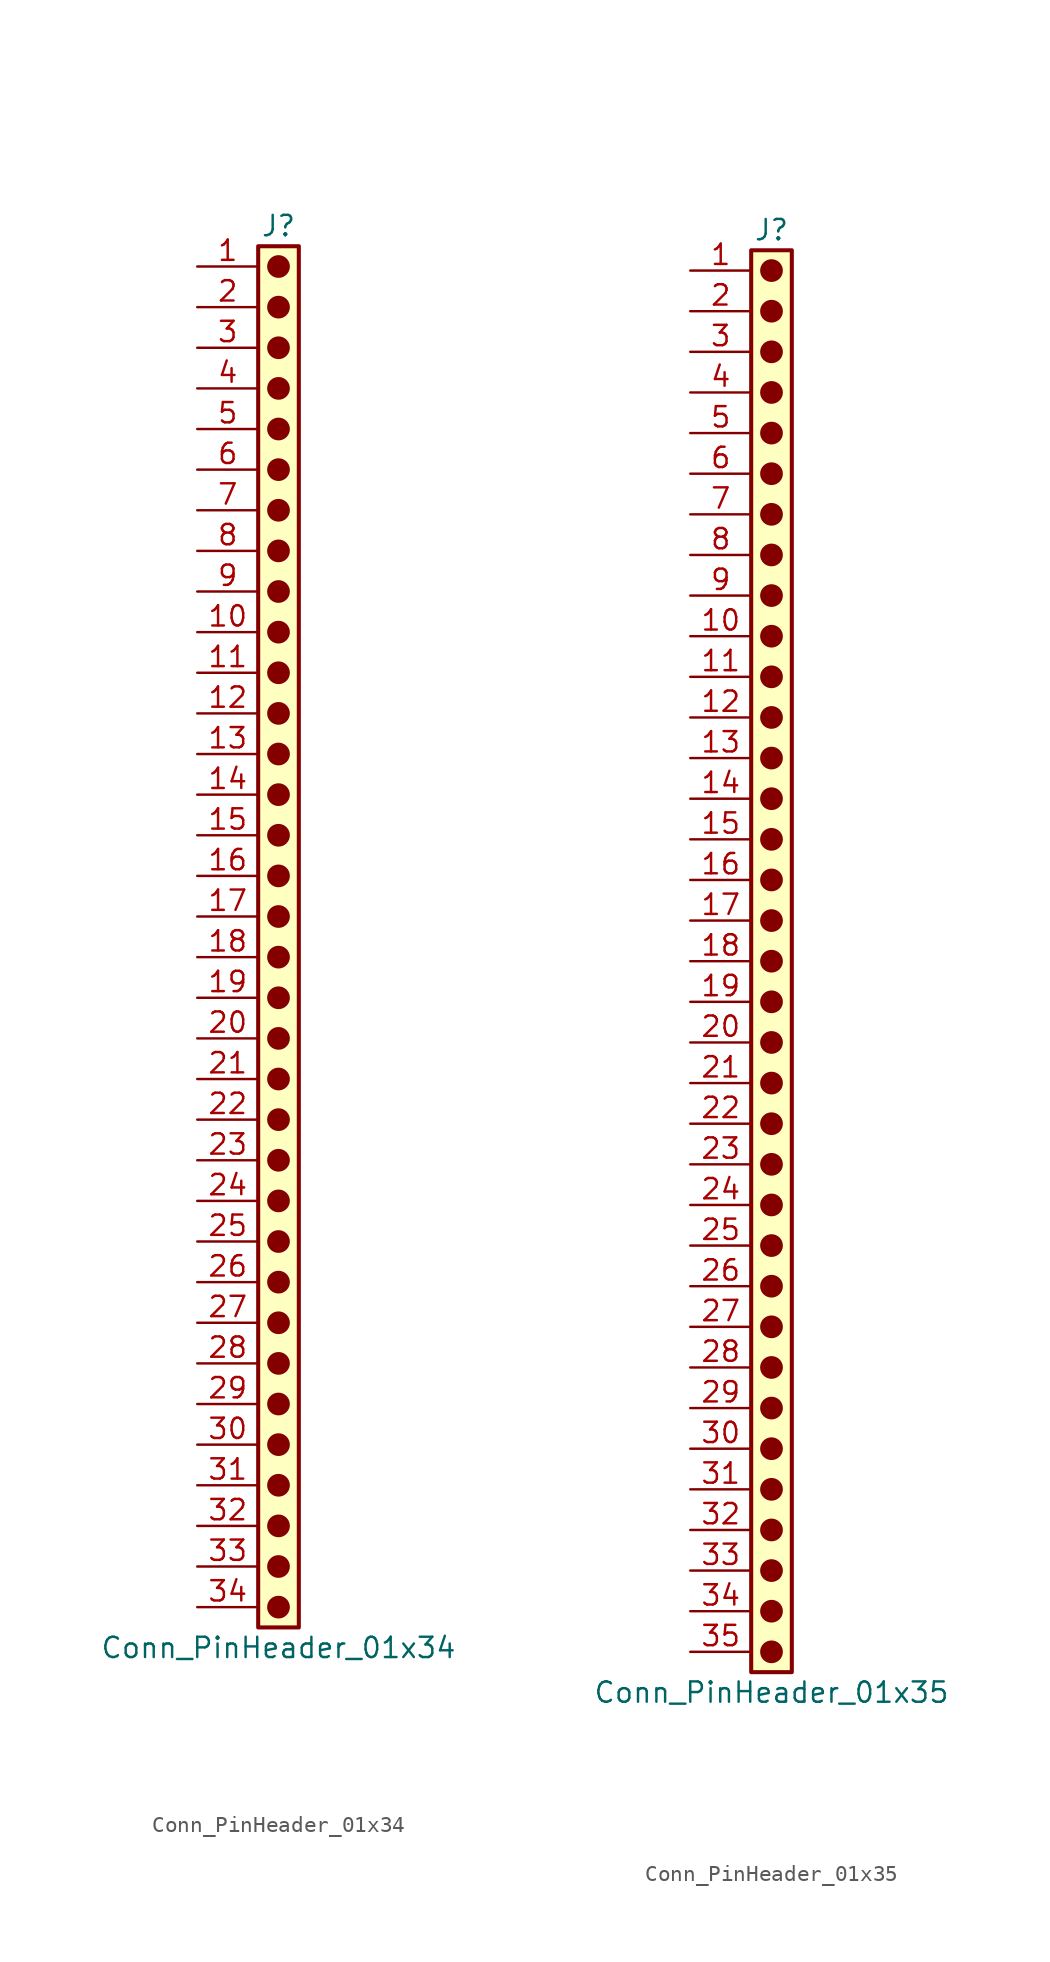
<source format=kicad_sym>
(kicad_symbol_lib
  (version 20241209)
  (generator "kicad_symbol_editor")
  (generator_version "9.0")
  (symbol "Conn_PinHeader_01x34"
    (pin_names
      (offset 1.016)
      (hide yes))
    (property "Reference" "J"
      (at 0 43.18 0)
      (effects (font (size 1.27 1.27))))
    (property "Value" "Conn_PinHeader_01x34"
      (at 0 -45.72 0)
      (effects (font (size 1.27 1.27))))
    (symbol "Conn_PinHeader_01x34_1_1"
      (rectangle (start -1.27 41.91) (end 1.27 -44.45) (stroke (width 0.254) (type default)) (fill (type background)))
      (circle (center 0 40.64) (radius 0.635) (stroke (width 0) (type solid) (color 132 0 0 1)) (fill (type outline)))
      (circle (center 0 38.1) (radius 0.635) (stroke (width 0) (type solid) (color 132 0 0 1)) (fill (type outline)))
      (circle (center 0 35.56) (radius 0.635) (stroke (width 0) (type solid) (color 132 0 0 1)) (fill (type outline)))
      (circle (center 0 33.02) (radius 0.635) (stroke (width 0) (type solid) (color 132 0 0 1)) (fill (type outline)))
      (circle (center 0 30.48) (radius 0.635) (stroke (width 0) (type solid) (color 132 0 0 1)) (fill (type outline)))
      (circle (center 0 27.94) (radius 0.635) (stroke (width 0) (type solid) (color 132 0 0 1)) (fill (type outline)))
      (circle (center 0 25.4) (radius 0.635) (stroke (width 0) (type solid) (color 132 0 0 1)) (fill (type outline)))
      (circle (center 0 22.86) (radius 0.635) (stroke (width 0) (type solid) (color 132 0 0 1)) (fill (type outline)))
      (circle (center 0 20.32) (radius 0.635) (stroke (width 0) (type solid) (color 132 0 0 1)) (fill (type outline)))
      (circle (center 0 17.78) (radius 0.635) (stroke (width 0) (type solid) (color 132 0 0 1)) (fill (type outline)))
      (circle (center 0 15.24) (radius 0.635) (stroke (width 0) (type solid) (color 132 0 0 1)) (fill (type outline)))
      (circle (center 0 12.7) (radius 0.635) (stroke (width 0) (type solid) (color 132 0 0 1)) (fill (type outline)))
      (circle (center 0 10.16) (radius 0.635) (stroke (width 0) (type solid) (color 132 0 0 1)) (fill (type outline)))
      (circle (center 0 7.62) (radius 0.635) (stroke (width 0) (type solid) (color 132 0 0 1)) (fill (type outline)))
      (circle (center 0 5.08) (radius 0.635) (stroke (width 0) (type solid) (color 132 0 0 1)) (fill (type outline)))
      (circle (center 0 2.54) (radius 0.635) (stroke (width 0) (type solid) (color 132 0 0 1)) (fill (type outline)))
      (circle (center 0 0) (radius 0.635) (stroke (width 0) (type solid) (color 132 0 0 1)) (fill (type outline)))
      (circle (center 0 -2.54) (radius 0.635) (stroke (width 0) (type solid) (color 132 0 0 1)) (fill (type outline)))
      (circle (center 0 -5.08) (radius 0.635) (stroke (width 0) (type solid) (color 132 0 0 1)) (fill (type outline)))
      (circle (center 0 -7.62) (radius 0.635) (stroke (width 0) (type solid) (color 132 0 0 1)) (fill (type outline)))
      (circle (center 0 -10.16) (radius 0.635) (stroke (width 0) (type solid) (color 132 0 0 1)) (fill (type outline)))
      (circle (center 0 -12.7) (radius 0.635) (stroke (width 0) (type solid) (color 132 0 0 1)) (fill (type outline)))
      (circle (center 0 -15.24) (radius 0.635) (stroke (width 0) (type solid) (color 132 0 0 1)) (fill (type outline)))
      (circle (center 0 -17.78) (radius 0.635) (stroke (width 0) (type solid) (color 132 0 0 1)) (fill (type outline)))
      (circle (center 0 -20.32) (radius 0.635) (stroke (width 0) (type solid) (color 132 0 0 1)) (fill (type outline)))
      (circle (center 0 -22.86) (radius 0.635) (stroke (width 0) (type solid) (color 132 0 0 1)) (fill (type outline)))
      (circle (center 0 -25.4) (radius 0.635) (stroke (width 0) (type solid) (color 132 0 0 1)) (fill (type outline)))
      (circle (center 0 -27.94) (radius 0.635) (stroke (width 0) (type solid) (color 132 0 0 1)) (fill (type outline)))
      (circle (center 0 -30.48) (radius 0.635) (stroke (width 0) (type solid) (color 132 0 0 1)) (fill (type outline)))
      (circle (center 0 -33.02) (radius 0.635) (stroke (width 0) (type solid) (color 132 0 0 1)) (fill (type outline)))
      (circle (center 0 -35.56) (radius 0.635) (stroke (width 0) (type solid) (color 132 0 0 1)) (fill (type outline)))
      (circle (center 0 -38.1) (radius 0.635) (stroke (width 0) (type solid) (color 132 0 0 1)) (fill (type outline)))
      (circle (center 0 -40.64) (radius 0.635) (stroke (width 0) (type solid) (color 132 0 0 1)) (fill (type outline)))
      (circle (center 0 -43.18) (radius 0.635) (stroke (width 0) (type solid) (color 132 0 0 1)) (fill (type outline)))
      (pin passive line (at -5.08 40.64 0) (length 3.81) (name "Pin_1" (effects (font (size 1.27 1.27)))) (number "1" (effects (font (size 1.27 1.27)))))
      (pin passive line (at -5.08 38.1 0) (length 3.81) (name "Pin_2" (effects (font (size 1.27 1.27)))) (number "2" (effects (font (size 1.27 1.27)))))
      (pin passive line (at -5.08 35.56 0) (length 3.81) (name "Pin_3" (effects (font (size 1.27 1.27)))) (number "3" (effects (font (size 1.27 1.27)))))
      (pin passive line (at -5.08 33.02 0) (length 3.81) (name "Pin_4" (effects (font (size 1.27 1.27)))) (number "4" (effects (font (size 1.27 1.27)))))
      (pin passive line (at -5.08 30.48 0) (length 3.81) (name "Pin_5" (effects (font (size 1.27 1.27)))) (number "5" (effects (font (size 1.27 1.27)))))
      (pin passive line (at -5.08 27.94 0) (length 3.81) (name "Pin_6" (effects (font (size 1.27 1.27)))) (number "6" (effects (font (size 1.27 1.27)))))
      (pin passive line (at -5.08 25.4 0) (length 3.81) (name "Pin_7" (effects (font (size 1.27 1.27)))) (number "7" (effects (font (size 1.27 1.27)))))
      (pin passive line (at -5.08 22.86 0) (length 3.81) (name "Pin_8" (effects (font (size 1.27 1.27)))) (number "8" (effects (font (size 1.27 1.27)))))
      (pin passive line (at -5.08 20.32 0) (length 3.81) (name "Pin_9" (effects (font (size 1.27 1.27)))) (number "9" (effects (font (size 1.27 1.27)))))
      (pin passive line (at -5.08 17.78 0) (length 3.81) (name "Pin_10" (effects (font (size 1.27 1.27)))) (number "10" (effects (font (size 1.27 1.27)))))
      (pin passive line (at -5.08 15.24 0) (length 3.81) (name "Pin_11" (effects (font (size 1.27 1.27)))) (number "11" (effects (font (size 1.27 1.27)))))
      (pin passive line (at -5.08 12.7 0) (length 3.81) (name "Pin_12" (effects (font (size 1.27 1.27)))) (number "12" (effects (font (size 1.27 1.27)))))
      (pin passive line (at -5.08 10.16 0) (length 3.81) (name "Pin_13" (effects (font (size 1.27 1.27)))) (number "13" (effects (font (size 1.27 1.27)))))
      (pin passive line (at -5.08 7.62 0) (length 3.81) (name "Pin_14" (effects (font (size 1.27 1.27)))) (number "14" (effects (font (size 1.27 1.27)))))
      (pin passive line (at -5.08 5.08 0) (length 3.81) (name "Pin_15" (effects (font (size 1.27 1.27)))) (number "15" (effects (font (size 1.27 1.27)))))
      (pin passive line (at -5.08 2.54 0) (length 3.81) (name "Pin_16" (effects (font (size 1.27 1.27)))) (number "16" (effects (font (size 1.27 1.27)))))
      (pin passive line (at -5.08 0 0) (length 3.81) (name "Pin_17" (effects (font (size 1.27 1.27)))) (number "17" (effects (font (size 1.27 1.27)))))
      (pin passive line (at -5.08 -2.54 0) (length 3.81) (name "Pin_18" (effects (font (size 1.27 1.27)))) (number "18" (effects (font (size 1.27 1.27)))))
      (pin passive line (at -5.08 -5.08 0) (length 3.81) (name "Pin_19" (effects (font (size 1.27 1.27)))) (number "19" (effects (font (size 1.27 1.27)))))
      (pin passive line (at -5.08 -7.62 0) (length 3.81) (name "Pin_20" (effects (font (size 1.27 1.27)))) (number "20" (effects (font (size 1.27 1.27)))))
      (pin passive line (at -5.08 -10.16 0) (length 3.81) (name "Pin_21" (effects (font (size 1.27 1.27)))) (number "21" (effects (font (size 1.27 1.27)))))
      (pin passive line (at -5.08 -12.7 0) (length 3.81) (name "Pin_22" (effects (font (size 1.27 1.27)))) (number "22" (effects (font (size 1.27 1.27)))))
      (pin passive line (at -5.08 -15.24 0) (length 3.81) (name "Pin_23" (effects (font (size 1.27 1.27)))) (number "23" (effects (font (size 1.27 1.27)))))
      (pin passive line (at -5.08 -17.78 0) (length 3.81) (name "Pin_24" (effects (font (size 1.27 1.27)))) (number "24" (effects (font (size 1.27 1.27)))))
      (pin passive line (at -5.08 -20.32 0) (length 3.81) (name "Pin_25" (effects (font (size 1.27 1.27)))) (number "25" (effects (font (size 1.27 1.27)))))
      (pin passive line (at -5.08 -22.86 0) (length 3.81) (name "Pin_26" (effects (font (size 1.27 1.27)))) (number "26" (effects (font (size 1.27 1.27)))))
      (pin passive line (at -5.08 -25.4 0) (length 3.81) (name "Pin_27" (effects (font (size 1.27 1.27)))) (number "27" (effects (font (size 1.27 1.27)))))
      (pin passive line (at -5.08 -27.94 0) (length 3.81) (name "Pin_28" (effects (font (size 1.27 1.27)))) (number "28" (effects (font (size 1.27 1.27)))))
      (pin passive line (at -5.08 -30.48 0) (length 3.81) (name "Pin_29" (effects (font (size 1.27 1.27)))) (number "29" (effects (font (size 1.27 1.27)))))
      (pin passive line (at -5.08 -33.02 0) (length 3.81) (name "Pin_30" (effects (font (size 1.27 1.27)))) (number "30" (effects (font (size 1.27 1.27)))))
      (pin passive line (at -5.08 -35.56 0) (length 3.81) (name "Pin_31" (effects (font (size 1.27 1.27)))) (number "31" (effects (font (size 1.27 1.27)))))
      (pin passive line (at -5.08 -38.1 0) (length 3.81) (name "Pin_32" (effects (font (size 1.27 1.27)))) (number "32" (effects (font (size 1.27 1.27)))))
      (pin passive line (at -5.08 -40.64 0) (length 3.81) (name "Pin_33" (effects (font (size 1.27 1.27)))) (number "33" (effects (font (size 1.27 1.27)))))
      (pin passive line (at -5.08 -43.18 0) (length 3.81) (name "Pin_34" (effects (font (size 1.27 1.27)))) (number "34" (effects (font (size 1.27 1.27)))))))
  (symbol "Conn_PinHeader_01x35"
    (pin_names
      (offset 1.016)
      (hide yes))
    (property "Reference" "J"
      (at 0 45.72 0)
      (effects (font (size 1.27 1.27))))
    (property "Value" "Conn_PinHeader_01x35"
      (at 0 -45.72 0)
      (effects (font (size 1.27 1.27))))
    (symbol "Conn_PinHeader_01x35_1_1"
      (rectangle (start -1.27 44.45) (end 1.27 -44.45) (stroke (width 0.254) (type default)) (fill (type background)))
      (circle (center 0 43.18) (radius 0.635) (stroke (width 0) (type solid) (color 132 0 0 1)) (fill (type outline)))
      (circle (center 0 40.64) (radius 0.635) (stroke (width 0) (type solid) (color 132 0 0 1)) (fill (type outline)))
      (circle (center 0 38.1) (radius 0.635) (stroke (width 0) (type solid) (color 132 0 0 1)) (fill (type outline)))
      (circle (center 0 35.56) (radius 0.635) (stroke (width 0) (type solid) (color 132 0 0 1)) (fill (type outline)))
      (circle (center 0 33.02) (radius 0.635) (stroke (width 0) (type solid) (color 132 0 0 1)) (fill (type outline)))
      (circle (center 0 30.48) (radius 0.635) (stroke (width 0) (type solid) (color 132 0 0 1)) (fill (type outline)))
      (circle (center 0 27.94) (radius 0.635) (stroke (width 0) (type solid) (color 132 0 0 1)) (fill (type outline)))
      (circle (center 0 25.4) (radius 0.635) (stroke (width 0) (type solid) (color 132 0 0 1)) (fill (type outline)))
      (circle (center 0 22.86) (radius 0.635) (stroke (width 0) (type solid) (color 132 0 0 1)) (fill (type outline)))
      (circle (center 0 20.32) (radius 0.635) (stroke (width 0) (type solid) (color 132 0 0 1)) (fill (type outline)))
      (circle (center 0 17.78) (radius 0.635) (stroke (width 0) (type solid) (color 132 0 0 1)) (fill (type outline)))
      (circle (center 0 15.24) (radius 0.635) (stroke (width 0) (type solid) (color 132 0 0 1)) (fill (type outline)))
      (circle (center 0 12.7) (radius 0.635) (stroke (width 0) (type solid) (color 132 0 0 1)) (fill (type outline)))
      (circle (center 0 10.16) (radius 0.635) (stroke (width 0) (type solid) (color 132 0 0 1)) (fill (type outline)))
      (circle (center 0 7.62) (radius 0.635) (stroke (width 0) (type solid) (color 132 0 0 1)) (fill (type outline)))
      (circle (center 0 5.08) (radius 0.635) (stroke (width 0) (type solid) (color 132 0 0 1)) (fill (type outline)))
      (circle (center 0 2.54) (radius 0.635) (stroke (width 0) (type solid) (color 132 0 0 1)) (fill (type outline)))
      (circle (center 0 0) (radius 0.635) (stroke (width 0) (type solid) (color 132 0 0 1)) (fill (type outline)))
      (circle (center 0 -2.54) (radius 0.635) (stroke (width 0) (type solid) (color 132 0 0 1)) (fill (type outline)))
      (circle (center 0 -5.08) (radius 0.635) (stroke (width 0) (type solid) (color 132 0 0 1)) (fill (type outline)))
      (circle (center 0 -7.62) (radius 0.635) (stroke (width 0) (type solid) (color 132 0 0 1)) (fill (type outline)))
      (circle (center 0 -10.16) (radius 0.635) (stroke (width 0) (type solid) (color 132 0 0 1)) (fill (type outline)))
      (circle (center 0 -12.7) (radius 0.635) (stroke (width 0) (type solid) (color 132 0 0 1)) (fill (type outline)))
      (circle (center 0 -15.24) (radius 0.635) (stroke (width 0) (type solid) (color 132 0 0 1)) (fill (type outline)))
      (circle (center 0 -17.78) (radius 0.635) (stroke (width 0) (type solid) (color 132 0 0 1)) (fill (type outline)))
      (circle (center 0 -20.32) (radius 0.635) (stroke (width 0) (type solid) (color 132 0 0 1)) (fill (type outline)))
      (circle (center 0 -22.86) (radius 0.635) (stroke (width 0) (type solid) (color 132 0 0 1)) (fill (type outline)))
      (circle (center 0 -25.4) (radius 0.635) (stroke (width 0) (type solid) (color 132 0 0 1)) (fill (type outline)))
      (circle (center 0 -27.94) (radius 0.635) (stroke (width 0) (type solid) (color 132 0 0 1)) (fill (type outline)))
      (circle (center 0 -30.48) (radius 0.635) (stroke (width 0) (type solid) (color 132 0 0 1)) (fill (type outline)))
      (circle (center 0 -33.02) (radius 0.635) (stroke (width 0) (type solid) (color 132 0 0 1)) (fill (type outline)))
      (circle (center 0 -35.56) (radius 0.635) (stroke (width 0) (type solid) (color 132 0 0 1)) (fill (type outline)))
      (circle (center 0 -38.1) (radius 0.635) (stroke (width 0) (type solid) (color 132 0 0 1)) (fill (type outline)))
      (circle (center 0 -40.64) (radius 0.635) (stroke (width 0) (type solid) (color 132 0 0 1)) (fill (type outline)))
      (circle (center 0 -43.18) (radius 0.635) (stroke (width 0) (type solid) (color 132 0 0 1)) (fill (type outline)))
      (pin passive line (at -5.08 43.18 0) (length 3.81) (name "Pin_1" (effects (font (size 1.27 1.27)))) (number "1" (effects (font (size 1.27 1.27)))))
      (pin passive line (at -5.08 40.64 0) (length 3.81) (name "Pin_2" (effects (font (size 1.27 1.27)))) (number "2" (effects (font (size 1.27 1.27)))))
      (pin passive line (at -5.08 38.1 0) (length 3.81) (name "Pin_3" (effects (font (size 1.27 1.27)))) (number "3" (effects (font (size 1.27 1.27)))))
      (pin passive line (at -5.08 35.56 0) (length 3.81) (name "Pin_4" (effects (font (size 1.27 1.27)))) (number "4" (effects (font (size 1.27 1.27)))))
      (pin passive line (at -5.08 33.02 0) (length 3.81) (name "Pin_5" (effects (font (size 1.27 1.27)))) (number "5" (effects (font (size 1.27 1.27)))))
      (pin passive line (at -5.08 30.48 0) (length 3.81) (name "Pin_6" (effects (font (size 1.27 1.27)))) (number "6" (effects (font (size 1.27 1.27)))))
      (pin passive line (at -5.08 27.94 0) (length 3.81) (name "Pin_7" (effects (font (size 1.27 1.27)))) (number "7" (effects (font (size 1.27 1.27)))))
      (pin passive line (at -5.08 25.4 0) (length 3.81) (name "Pin_8" (effects (font (size 1.27 1.27)))) (number "8" (effects (font (size 1.27 1.27)))))
      (pin passive line (at -5.08 22.86 0) (length 3.81) (name "Pin_9" (effects (font (size 1.27 1.27)))) (number "9" (effects (font (size 1.27 1.27)))))
      (pin passive line (at -5.08 20.32 0) (length 3.81) (name "Pin_10" (effects (font (size 1.27 1.27)))) (number "10" (effects (font (size 1.27 1.27)))))
      (pin passive line (at -5.08 17.78 0) (length 3.81) (name "Pin_11" (effects (font (size 1.27 1.27)))) (number "11" (effects (font (size 1.27 1.27)))))
      (pin passive line (at -5.08 15.24 0) (length 3.81) (name "Pin_12" (effects (font (size 1.27 1.27)))) (number "12" (effects (font (size 1.27 1.27)))))
      (pin passive line (at -5.08 12.7 0) (length 3.81) (name "Pin_13" (effects (font (size 1.27 1.27)))) (number "13" (effects (font (size 1.27 1.27)))))
      (pin passive line (at -5.08 10.16 0) (length 3.81) (name "Pin_14" (effects (font (size 1.27 1.27)))) (number "14" (effects (font (size 1.27 1.27)))))
      (pin passive line (at -5.08 7.62 0) (length 3.81) (name "Pin_15" (effects (font (size 1.27 1.27)))) (number "15" (effects (font (size 1.27 1.27)))))
      (pin passive line (at -5.08 5.08 0) (length 3.81) (name "Pin_16" (effects (font (size 1.27 1.27)))) (number "16" (effects (font (size 1.27 1.27)))))
      (pin passive line (at -5.08 2.54 0) (length 3.81) (name "Pin_17" (effects (font (size 1.27 1.27)))) (number "17" (effects (font (size 1.27 1.27)))))
      (pin passive line (at -5.08 0 0) (length 3.81) (name "Pin_18" (effects (font (size 1.27 1.27)))) (number "18" (effects (font (size 1.27 1.27)))))
      (pin passive line (at -5.08 -2.54 0) (length 3.81) (name "Pin_19" (effects (font (size 1.27 1.27)))) (number "19" (effects (font (size 1.27 1.27)))))
      (pin passive line (at -5.08 -5.08 0) (length 3.81) (name "Pin_20" (effects (font (size 1.27 1.27)))) (number "20" (effects (font (size 1.27 1.27)))))
      (pin passive line (at -5.08 -7.62 0) (length 3.81) (name "Pin_21" (effects (font (size 1.27 1.27)))) (number "21" (effects (font (size 1.27 1.27)))))
      (pin passive line (at -5.08 -10.16 0) (length 3.81) (name "Pin_22" (effects (font (size 1.27 1.27)))) (number "22" (effects (font (size 1.27 1.27)))))
      (pin passive line (at -5.08 -12.7 0) (length 3.81) (name "Pin_23" (effects (font (size 1.27 1.27)))) (number "23" (effects (font (size 1.27 1.27)))))
      (pin passive line (at -5.08 -15.24 0) (length 3.81) (name "Pin_24" (effects (font (size 1.27 1.27)))) (number "24" (effects (font (size 1.27 1.27)))))
      (pin passive line (at -5.08 -17.78 0) (length 3.81) (name "Pin_25" (effects (font (size 1.27 1.27)))) (number "25" (effects (font (size 1.27 1.27)))))
      (pin passive line (at -5.08 -20.32 0) (length 3.81) (name "Pin_26" (effects (font (size 1.27 1.27)))) (number "26" (effects (font (size 1.27 1.27)))))
      (pin passive line (at -5.08 -22.86 0) (length 3.81) (name "Pin_27" (effects (font (size 1.27 1.27)))) (number "27" (effects (font (size 1.27 1.27)))))
      (pin passive line (at -5.08 -25.4 0) (length 3.81) (name "Pin_28" (effects (font (size 1.27 1.27)))) (number "28" (effects (font (size 1.27 1.27)))))
      (pin passive line (at -5.08 -27.94 0) (length 3.81) (name "Pin_29" (effects (font (size 1.27 1.27)))) (number "29" (effects (font (size 1.27 1.27)))))
      (pin passive line (at -5.08 -30.48 0) (length 3.81) (name "Pin_30" (effects (font (size 1.27 1.27)))) (number "30" (effects (font (size 1.27 1.27)))))
      (pin passive line (at -5.08 -33.02 0) (length 3.81) (name "Pin_31" (effects (font (size 1.27 1.27)))) (number "31" (effects (font (size 1.27 1.27)))))
      (pin passive line (at -5.08 -35.56 0) (length 3.81) (name "Pin_32" (effects (font (size 1.27 1.27)))) (number "32" (effects (font (size 1.27 1.27)))))
      (pin passive line (at -5.08 -38.1 0) (length 3.81) (name "Pin_33" (effects (font (size 1.27 1.27)))) (number "33" (effects (font (size 1.27 1.27)))))
      (pin passive line (at -5.08 -40.64 0) (length 3.81) (name "Pin_34" (effects (font (size 1.27 1.27)))) (number "34" (effects (font (size 1.27 1.27)))))
      (pin passive line (at -5.08 -43.18 0) (length 3.81) (name "Pin_35" (effects (font (size 1.27 1.27)))) (number "35" (effects (font (size 1.27 1.27))))))))
</source>
